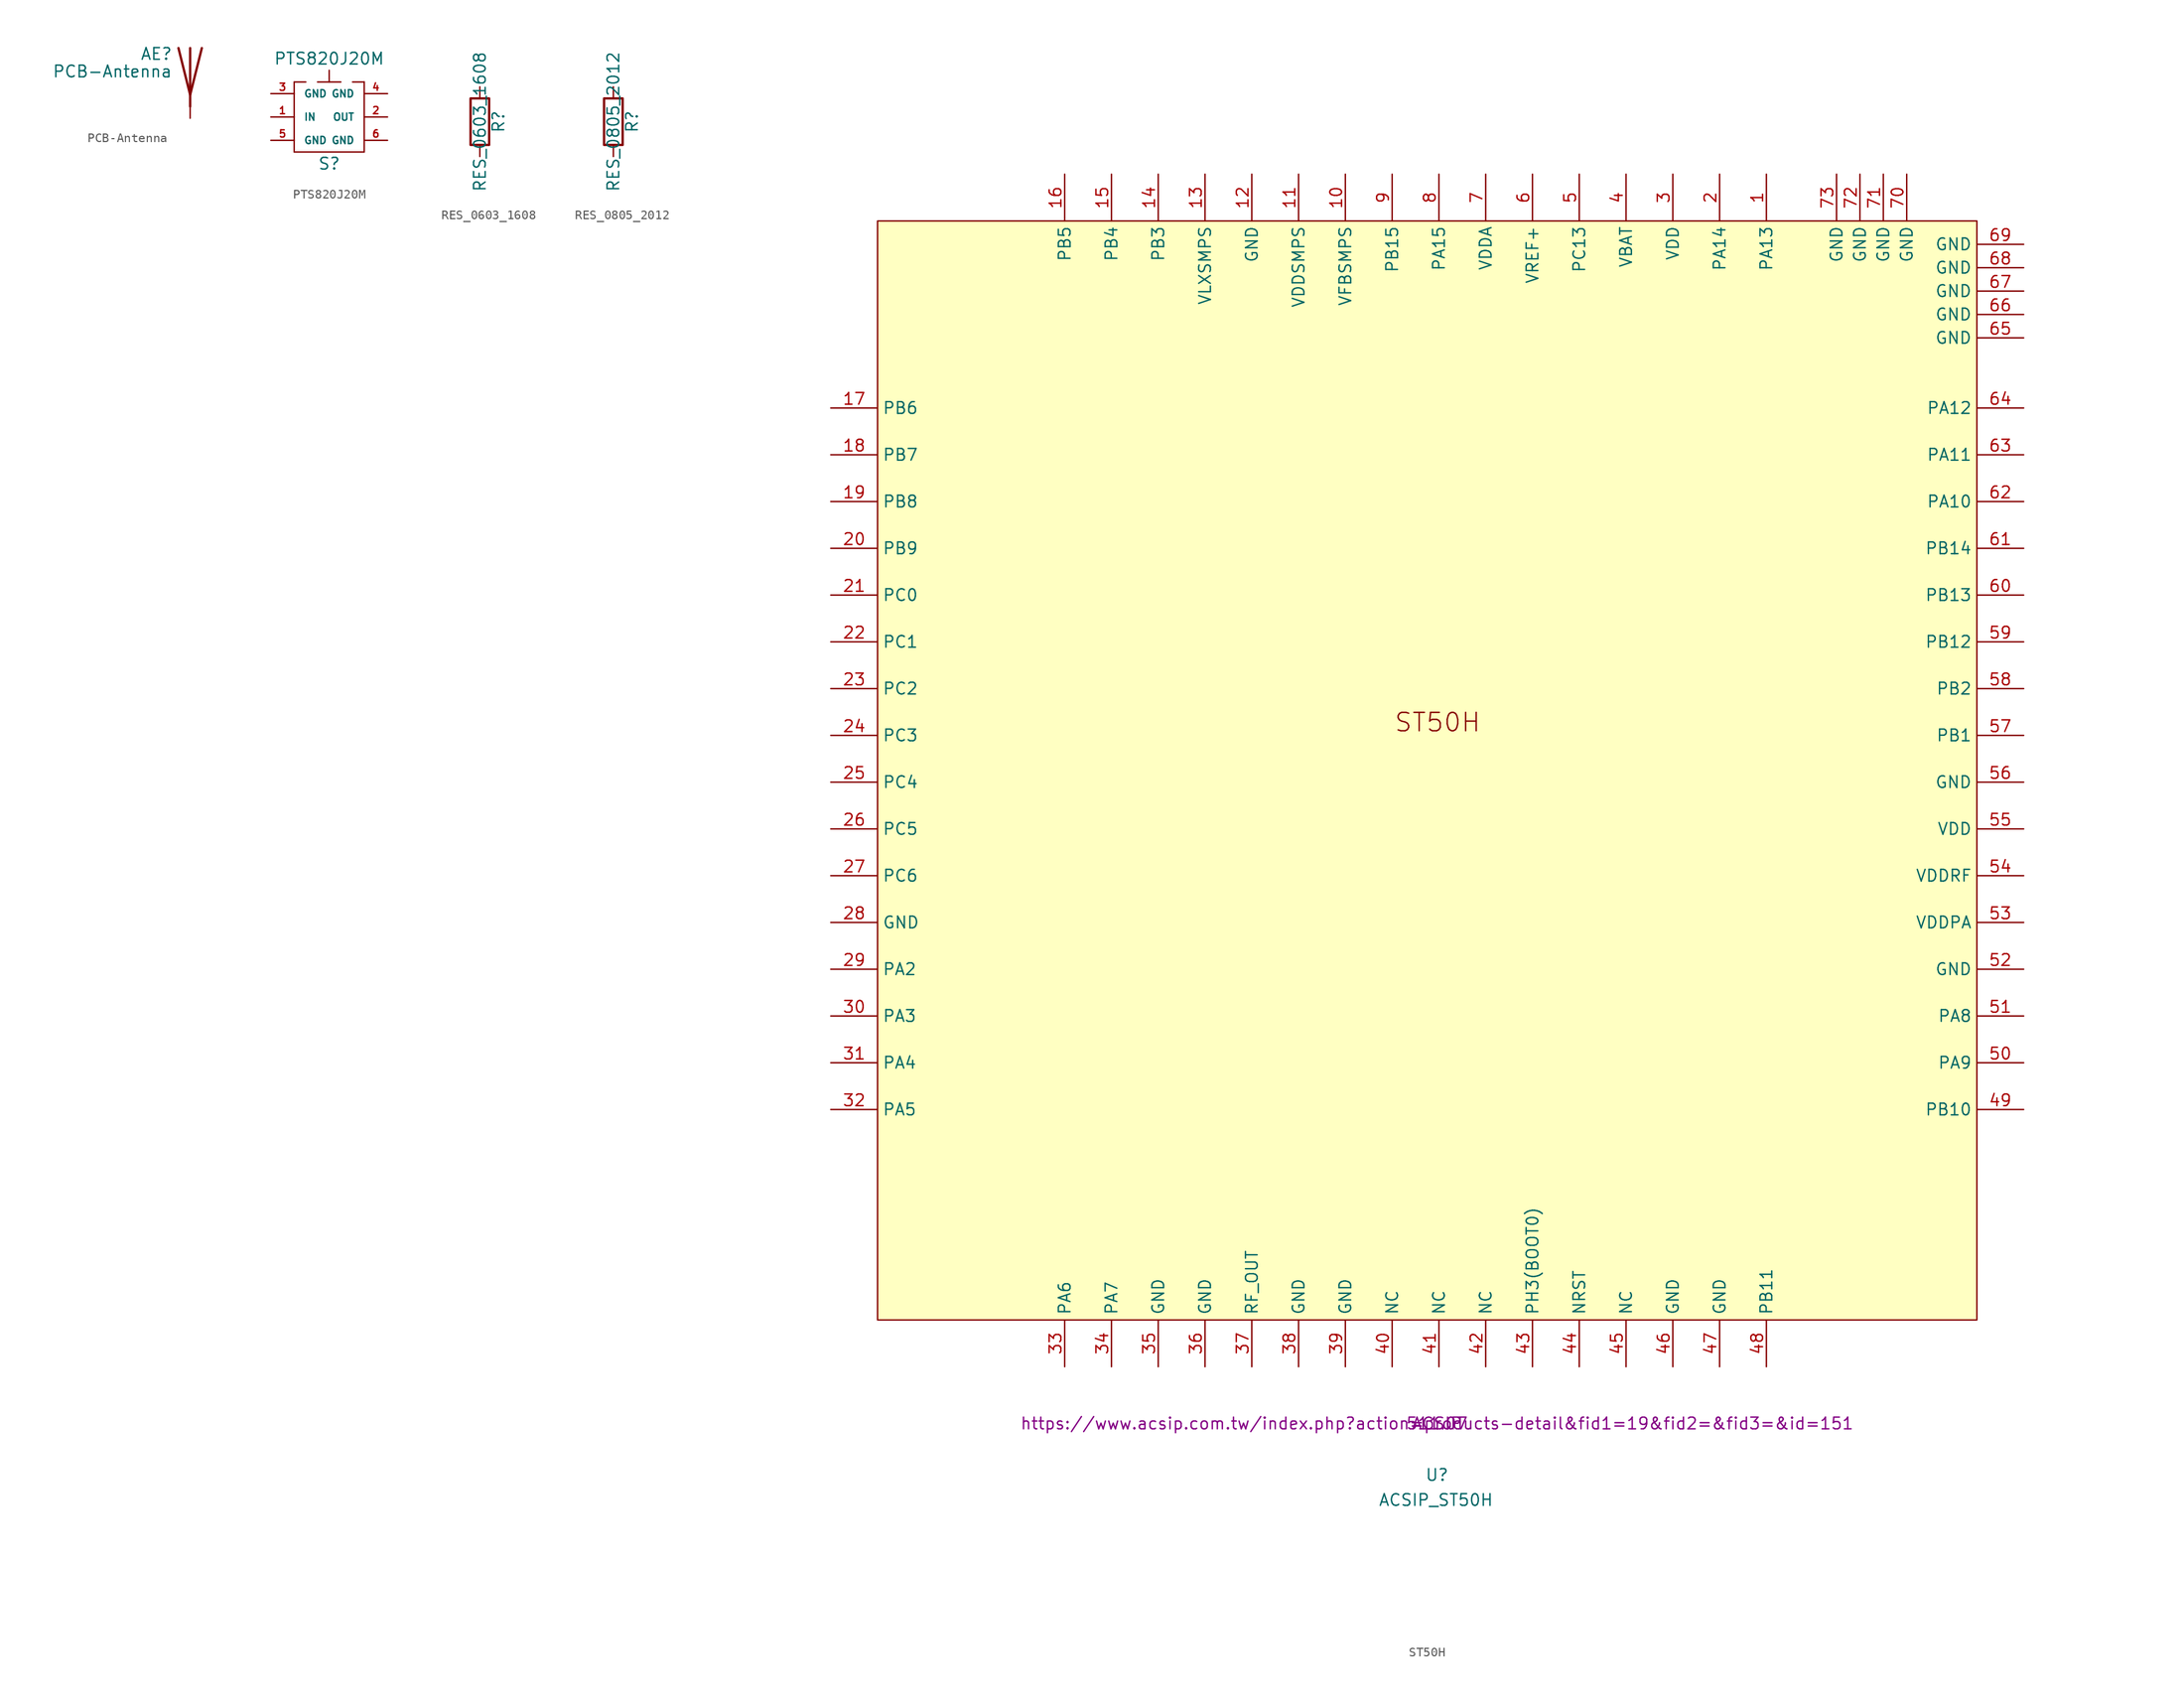
<source format=kicad_sym>
(kicad_symbol_lib
  (version 20220914)
  (generator kicad_symbol_editor)
  (symbol "PCB-Antenna"
    (pin_numbers hide)
    (pin_names
      (offset 1.016) hide)
    (property "Reference" "AE"
      (at -1.905 1.905 0)
      (effects (font (size 1.27 1.27)) (justify right)))
    (property "Value" "PCB-Antenna"
      (at -1.905 0 0)
      (effects (font (size 1.27 1.27)) (justify right)))
    (symbol "PCB-Antenna_0_1"
      (polyline (pts (xy 0 2.54) (xy 0 -3.81)) (stroke (width 0.254) (type default)) (fill (type none)))
      (polyline (pts (xy 1.27 2.54) (xy 0 -2.54) (xy -1.27 2.54)) (stroke (width 0.254) (type default)) (fill (type none))))
    (symbol "PCB-Antenna_1_1"
      (pin input line (at 0 -5.08 90) (length 2.54) (name "A" (effects (font (size 1.27 1.27)))) (number "1" (effects (font (size 1.27 1.27)))))))
  (symbol "PTS820J20M"
    (pin_names
      (offset 1.016))
    (property "Reference" "S"
      (at 8.89 -11.43 0)
      (effects (font (size 1.27 1.27))))
    (property "Value" "PTS820J20M"
      (at 8.89 0 0)
      (effects (font (size 1.27 1.27))))
    (symbol "PTS820J20M_0_1"
      (rectangle (start 5.08 -10.16) (end 12.7 -10.16) (stroke (width 0) (type solid)) (fill (type none)))
      (rectangle (start 5.08 -2.54) (end 5.08 -10.16) (stroke (width 0) (type solid)) (fill (type none)))
      (rectangle (start 5.08 -2.54) (end 6.35 -2.54) (stroke (width 0) (type solid)) (fill (type none)))
      (rectangle (start 7.62 -2.54) (end 10.16 -2.54) (stroke (width 0) (type solid)) (fill (type none)))
      (rectangle (start 8.89 -1.27) (end 8.89 -2.54) (stroke (width 0) (type solid)) (fill (type none)))
      (rectangle (start 12.7 -10.16) (end 12.7 -2.54) (stroke (width 0) (type solid)) (fill (type none)))
      (rectangle (start 12.7 -2.54) (end 11.43 -2.54) (stroke (width 0) (type solid)) (fill (type none)))
      (rectangle (start 12.7 -2.54) (end 12.7 -2.54) (stroke (width 0) (type solid)) (fill (type none))))
    (symbol "PTS820J20M_1_1"
      (pin input line (at 2.54 -6.35 0) (length 2.54) (name "IN" (effects (font (size 0.787 0.787)))) (number "1" (effects (font (size 0.787 0.787)))))
      (pin input line (at 15.24 -6.35 180) (length 2.54) (name "OUT" (effects (font (size 0.787 0.787)))) (number "2" (effects (font (size 0.787 0.787)))))
      (pin input line (at 2.54 -3.81 0) (length 2.54) (name "GND" (effects (font (size 0.787 0.787)))) (number "3" (effects (font (size 0.787 0.787)))))
      (pin input line (at 15.24 -3.81 180) (length 2.54) (name "GND" (effects (font (size 0.787 0.787)))) (number "4" (effects (font (size 0.787 0.787)))))
      (pin input line (at 2.54 -8.89 0) (length 2.54) (name "GND" (effects (font (size 0.787 0.787)))) (number "5" (effects (font (size 0.787 0.787)))))
      (pin input line (at 15.24 -8.89 180) (length 2.54) (name "GND" (effects (font (size 0.787 0.787)))) (number "6" (effects (font (size 0.787 0.787)))))))
  (symbol "RES_0603_1608"
    (pin_numbers hide)
    (pin_names
      (offset 0))
    (property "Reference" "R"
      (at 2.032 0 90)
      (effects (font (size 1.27 1.27))))
    (property "Value" "RES_0603_1608"
      (at 0 0 90)
      (effects (font (size 1.27 1.27))))
    (symbol "RES_0603_1608_0_1"
      (rectangle (start -1.016 -2.54) (end 1.016 2.54) (stroke (width 0.254) (type default)) (fill (type none))))
    (symbol "RES_0603_1608_1_1"
      (pin passive line (at 0 3.81 270) (length 1.27) (name "~" (effects (font (size 1.27 1.27)))) (number "1" (effects (font (size 1.27 1.27)))))
      (pin passive line (at 0 -3.81 90) (length 1.27) (name "~" (effects (font (size 1.27 1.27)))) (number "2" (effects (font (size 1.27 1.27)))))))
  (symbol "RES_0805_2012"
    (pin_numbers hide)
    (pin_names
      (offset 0))
    (property "Reference" "R"
      (at 2.032 0 90)
      (effects (font (size 1.27 1.27))))
    (property "Value" "RES_0805_2012"
      (at 0 0 90)
      (effects (font (size 1.27 1.27))))
    (symbol "RES_0805_2012_0_1"
      (rectangle (start -1.016 -2.54) (end 1.016 2.54) (stroke (width 0.254) (type default)) (fill (type none))))
    (symbol "RES_0805_2012_1_1"
      (pin passive line (at 0 3.81 270) (length 1.27) (name "~" (effects (font (size 1.27 1.27)))) (number "1" (effects (font (size 1.27 1.27)))))
      (pin passive line (at 0 -3.81 90) (length 1.27) (name "~" (effects (font (size 1.27 1.27)))) (number "2" (effects (font (size 1.27 1.27)))))))
  (symbol "ST50H"
    (property "Reference" "U"
      (at -0.004 -5.595 0)
      (effects (font (size 1.27 1.27))))
    (property "Value" "ACSIP_ST50H"
      (at -0.113 -8.317 0)
      (effects (font (size 1.27 1.27))))
    (property "Manufacturer_Name" "ACSIP"
      (at 0 0 0)
      (effects (font (size 1.27 1.27))))
    (property "Link" "https://www.acsip.com.tw/index.php?action=products-detail&fid1=19&fid2=&fid3=&id=151"
      (at 0 0 0)
      (effects (font (size 1.27 1.27))))
    (property "Price" "511.07"
      (at 0 0 0)
      (effects (font (size 1.27 1.27))))
    (symbol "ST50H_1_0"
      (rectangle (start -60.754 130.621) (end 58.626 11.241) (stroke (width 0) (type default)) (fill (type background)))
      (pin passive line (at 35.766 135.701 270) (length 5.08) (name "PA13" (effects (font (size 1.27 1.27)))) (number "1" (effects (font (size 1.27 1.27)))))
      (pin passive line (at -9.954 135.701 270) (length 5.08) (name "VFBSMPS" (effects (font (size 1.27 1.27)))) (number "10" (effects (font (size 1.27 1.27)))))
      (pin passive line (at -15.034 135.701 270) (length 5.08) (name "VDDSMPS" (effects (font (size 1.27 1.27)))) (number "11" (effects (font (size 1.27 1.27)))))
      (pin passive line (at -20.114 135.701 270) (length 5.08) (name "GND" (effects (font (size 1.27 1.27)))) (number "12" (effects (font (size 1.27 1.27)))))
      (pin passive line (at -25.194 135.701 270) (length 5.08) (name "VLXSMPS" (effects (font (size 1.27 1.27)))) (number "13" (effects (font (size 1.27 1.27)))))
      (pin passive line (at -30.274 135.701 270) (length 5.08) (name "PB3" (effects (font (size 1.27 1.27)))) (number "14" (effects (font (size 1.27 1.27)))))
      (pin passive line (at -35.354 135.701 270) (length 5.08) (name "PB4" (effects (font (size 1.27 1.27)))) (number "15" (effects (font (size 1.27 1.27)))))
      (pin passive line (at -40.434 135.701 270) (length 5.08) (name "PB5" (effects (font (size 1.27 1.27)))) (number "16" (effects (font (size 1.27 1.27)))))
      (pin passive line (at -65.834 110.301 0) (length 5.08) (name "PB6" (effects (font (size 1.27 1.27)))) (number "17" (effects (font (size 1.27 1.27)))))
      (pin passive line (at -65.834 105.221 0) (length 5.08) (name "PB7" (effects (font (size 1.27 1.27)))) (number "18" (effects (font (size 1.27 1.27)))))
      (pin passive line (at -65.834 100.141 0) (length 5.08) (name "PB8" (effects (font (size 1.27 1.27)))) (number "19" (effects (font (size 1.27 1.27)))))
      (pin passive line (at 30.686 135.701 270) (length 5.08) (name "PA14" (effects (font (size 1.27 1.27)))) (number "2" (effects (font (size 1.27 1.27)))))
      (pin passive line (at -65.834 95.061 0) (length 5.08) (name "PB9" (effects (font (size 1.27 1.27)))) (number "20" (effects (font (size 1.27 1.27)))))
      (pin passive line (at -65.834 89.981 0) (length 5.08) (name "PC0" (effects (font (size 1.27 1.27)))) (number "21" (effects (font (size 1.27 1.27)))))
      (pin passive line (at -65.834 84.901 0) (length 5.08) (name "PC1" (effects (font (size 1.27 1.27)))) (number "22" (effects (font (size 1.27 1.27)))))
      (pin passive line (at -65.834 79.821 0) (length 5.08) (name "PC2" (effects (font (size 1.27 1.27)))) (number "23" (effects (font (size 1.27 1.27)))))
      (pin passive line (at -65.834 74.741 0) (length 5.08) (name "PC3" (effects (font (size 1.27 1.27)))) (number "24" (effects (font (size 1.27 1.27)))))
      (pin passive line (at -65.834 69.661 0) (length 5.08) (name "PC4" (effects (font (size 1.27 1.27)))) (number "25" (effects (font (size 1.27 1.27)))))
      (pin passive line (at -65.834 64.581 0) (length 5.08) (name "PC5" (effects (font (size 1.27 1.27)))) (number "26" (effects (font (size 1.27 1.27)))))
      (pin passive line (at -65.834 59.501 0) (length 5.08) (name "PC6" (effects (font (size 1.27 1.27)))) (number "27" (effects (font (size 1.27 1.27)))))
      (pin passive line (at -65.834 54.421 0) (length 5.08) (name "GND" (effects (font (size 1.27 1.27)))) (number "28" (effects (font (size 1.27 1.27)))))
      (pin passive line (at -65.834 49.341 0) (length 5.08) (name "PA2" (effects (font (size 1.27 1.27)))) (number "29" (effects (font (size 1.27 1.27)))))
      (pin passive line (at 25.606 135.701 270) (length 5.08) (name "VDD" (effects (font (size 1.27 1.27)))) (number "3" (effects (font (size 1.27 1.27)))))
      (pin passive line (at -65.834 44.261 0) (length 5.08) (name "PA3" (effects (font (size 1.27 1.27)))) (number "30" (effects (font (size 1.27 1.27)))))
      (pin passive line (at -65.834 39.181 0) (length 5.08) (name "PA4" (effects (font (size 1.27 1.27)))) (number "31" (effects (font (size 1.27 1.27)))))
      (pin passive line (at -65.834 34.101 0) (length 5.08) (name "PA5" (effects (font (size 1.27 1.27)))) (number "32" (effects (font (size 1.27 1.27)))))
      (pin passive line (at -40.434 6.161 90) (length 5.08) (name "PA6" (effects (font (size 1.27 1.27)))) (number "33" (effects (font (size 1.27 1.27)))))
      (pin passive line (at -35.354 6.161 90) (length 5.08) (name "PA7" (effects (font (size 1.27 1.27)))) (number "34" (effects (font (size 1.27 1.27)))))
      (pin passive line (at -30.274 6.161 90) (length 5.08) (name "GND" (effects (font (size 1.27 1.27)))) (number "35" (effects (font (size 1.27 1.27)))))
      (pin passive line (at -25.194 6.161 90) (length 5.08) (name "GND" (effects (font (size 1.27 1.27)))) (number "36" (effects (font (size 1.27 1.27)))))
      (pin passive line (at -20.114 6.161 90) (length 5.08) (name "RF_OUT" (effects (font (size 1.27 1.27)))) (number "37" (effects (font (size 1.27 1.27)))))
      (pin passive line (at -15.034 6.161 90) (length 5.08) (name "GND" (effects (font (size 1.27 1.27)))) (number "38" (effects (font (size 1.27 1.27)))))
      (pin passive line (at -9.954 6.161 90) (length 5.08) (name "GND" (effects (font (size 1.27 1.27)))) (number "39" (effects (font (size 1.27 1.27)))))
      (pin passive line (at 20.526 135.701 270) (length 5.08) (name "VBAT" (effects (font (size 1.27 1.27)))) (number "4" (effects (font (size 1.27 1.27)))))
      (pin passive line (at -4.874 6.161 90) (length 5.08) (name "NC" (effects (font (size 1.27 1.27)))) (number "40" (effects (font (size 1.27 1.27)))))
      (pin passive line (at 0.206 6.161 90) (length 5.08) (name "NC" (effects (font (size 1.27 1.27)))) (number "41" (effects (font (size 1.27 1.27)))))
      (pin passive line (at 5.286 6.161 90) (length 5.08) (name "NC" (effects (font (size 1.27 1.27)))) (number "42" (effects (font (size 1.27 1.27)))))
      (pin passive line (at 10.366 6.161 90) (length 5.08) (name "PH3(BOOT0)" (effects (font (size 1.27 1.27)))) (number "43" (effects (font (size 1.27 1.27)))))
      (pin passive line (at 15.446 6.161 90) (length 5.08) (name "NRST" (effects (font (size 1.27 1.27)))) (number "44" (effects (font (size 1.27 1.27)))))
      (pin passive line (at 20.526 6.161 90) (length 5.08) (name "NC" (effects (font (size 1.27 1.27)))) (number "45" (effects (font (size 1.27 1.27)))))
      (pin passive line (at 25.606 6.161 90) (length 5.08) (name "GND" (effects (font (size 1.27 1.27)))) (number "46" (effects (font (size 1.27 1.27)))))
      (pin passive line (at 30.686 6.161 90) (length 5.08) (name "GND" (effects (font (size 1.27 1.27)))) (number "47" (effects (font (size 1.27 1.27)))))
      (pin passive line (at 35.766 6.161 90) (length 5.08) (name "PB11" (effects (font (size 1.27 1.27)))) (number "48" (effects (font (size 1.27 1.27)))))
      (pin passive line (at 63.706 34.101 180) (length 5.08) (name "PB10" (effects (font (size 1.27 1.27)))) (number "49" (effects (font (size 1.27 1.27)))))
      (pin passive line (at 15.446 135.701 270) (length 5.08) (name "PC13" (effects (font (size 1.27 1.27)))) (number "5" (effects (font (size 1.27 1.27)))))
      (pin passive line (at 63.706 39.181 180) (length 5.08) (name "PA9" (effects (font (size 1.27 1.27)))) (number "50" (effects (font (size 1.27 1.27)))))
      (pin passive line (at 63.706 44.261 180) (length 5.08) (name "PA8" (effects (font (size 1.27 1.27)))) (number "51" (effects (font (size 1.27 1.27)))))
      (pin passive line (at 63.706 49.341 180) (length 5.08) (name "GND" (effects (font (size 1.27 1.27)))) (number "52" (effects (font (size 1.27 1.27)))))
      (pin passive line (at 63.706 54.421 180) (length 5.08) (name "VDDPA" (effects (font (size 1.27 1.27)))) (number "53" (effects (font (size 1.27 1.27)))))
      (pin passive line (at 63.706 59.501 180) (length 5.08) (name "VDDRF" (effects (font (size 1.27 1.27)))) (number "54" (effects (font (size 1.27 1.27)))))
      (pin passive line (at 63.706 64.581 180) (length 5.08) (name "VDD" (effects (font (size 1.27 1.27)))) (number "55" (effects (font (size 1.27 1.27)))))
      (pin passive line (at 63.706 69.661 180) (length 5.08) (name "GND" (effects (font (size 1.27 1.27)))) (number "56" (effects (font (size 1.27 1.27)))))
      (pin passive line (at 63.706 74.741 180) (length 5.08) (name "PB1" (effects (font (size 1.27 1.27)))) (number "57" (effects (font (size 1.27 1.27)))))
      (pin passive line (at 63.706 79.821 180) (length 5.08) (name "PB2" (effects (font (size 1.27 1.27)))) (number "58" (effects (font (size 1.27 1.27)))))
      (pin passive line (at 63.706 84.901 180) (length 5.08) (name "PB12" (effects (font (size 1.27 1.27)))) (number "59" (effects (font (size 1.27 1.27)))))
      (pin passive line (at 10.366 135.701 270) (length 5.08) (name "VREF+" (effects (font (size 1.27 1.27)))) (number "6" (effects (font (size 1.27 1.27)))))
      (pin passive line (at 63.706 89.981 180) (length 5.08) (name "PB13" (effects (font (size 1.27 1.27)))) (number "60" (effects (font (size 1.27 1.27)))))
      (pin passive line (at 63.706 95.061 180) (length 5.08) (name "PB14" (effects (font (size 1.27 1.27)))) (number "61" (effects (font (size 1.27 1.27)))))
      (pin passive line (at 63.706 100.141 180) (length 5.08) (name "PA10" (effects (font (size 1.27 1.27)))) (number "62" (effects (font (size 1.27 1.27)))))
      (pin passive line (at 63.706 105.221 180) (length 5.08) (name "PA11" (effects (font (size 1.27 1.27)))) (number "63" (effects (font (size 1.27 1.27)))))
      (pin passive line (at 63.706 110.301 180) (length 5.08) (name "PA12" (effects (font (size 1.27 1.27)))) (number "64" (effects (font (size 1.27 1.27)))))
      (pin passive line (at 63.706 117.921 180) (length 5.08) (name "GND" (effects (font (size 1.27 1.27)))) (number "65" (effects (font (size 1.27 1.27)))))
      (pin passive line (at 63.706 120.461 180) (length 5.08) (name "GND" (effects (font (size 1.27 1.27)))) (number "66" (effects (font (size 1.27 1.27)))))
      (pin passive line (at 63.706 123.001 180) (length 5.08) (name "GND" (effects (font (size 1.27 1.27)))) (number "67" (effects (font (size 1.27 1.27)))))
      (pin passive line (at 63.706 125.541 180) (length 5.08) (name "GND" (effects (font (size 1.27 1.27)))) (number "68" (effects (font (size 1.27 1.27)))))
      (pin passive line (at 63.706 128.081 180) (length 5.08) (name "GND" (effects (font (size 1.27 1.27)))) (number "69" (effects (font (size 1.27 1.27)))))
      (pin passive line (at 5.286 135.701 270) (length 5.08) (name "VDDA" (effects (font (size 1.27 1.27)))) (number "7" (effects (font (size 1.27 1.27)))))
      (pin passive line (at 51.006 135.701 270) (length 5.08) (name "GND" (effects (font (size 1.27 1.27)))) (number "70" (effects (font (size 1.27 1.27)))))
      (pin passive line (at 48.466 135.701 270) (length 5.08) (name "GND" (effects (font (size 1.27 1.27)))) (number "71" (effects (font (size 1.27 1.27)))))
      (pin passive line (at 45.926 135.701 270) (length 5.08) (name "GND" (effects (font (size 1.27 1.27)))) (number "72" (effects (font (size 1.27 1.27)))))
      (pin passive line (at 43.386 135.701 270) (length 5.08) (name "GND" (effects (font (size 1.27 1.27)))) (number "73" (effects (font (size 1.27 1.27)))))
      (pin passive line (at 0.206 135.701 270) (length 5.08) (name "PA15" (effects (font (size 1.27 1.27)))) (number "8" (effects (font (size 1.27 1.27)))))
      (pin passive line (at -4.874 135.701 270) (length 5.08) (name "PB15" (effects (font (size 1.27 1.27)))) (number "9" (effects (font (size 1.27 1.27))))))
    (symbol "ST50H_1_1"
      (text "ST50H" (at 0.061 76.163 0) (effects (font (size 2 2)))))))
</source>
